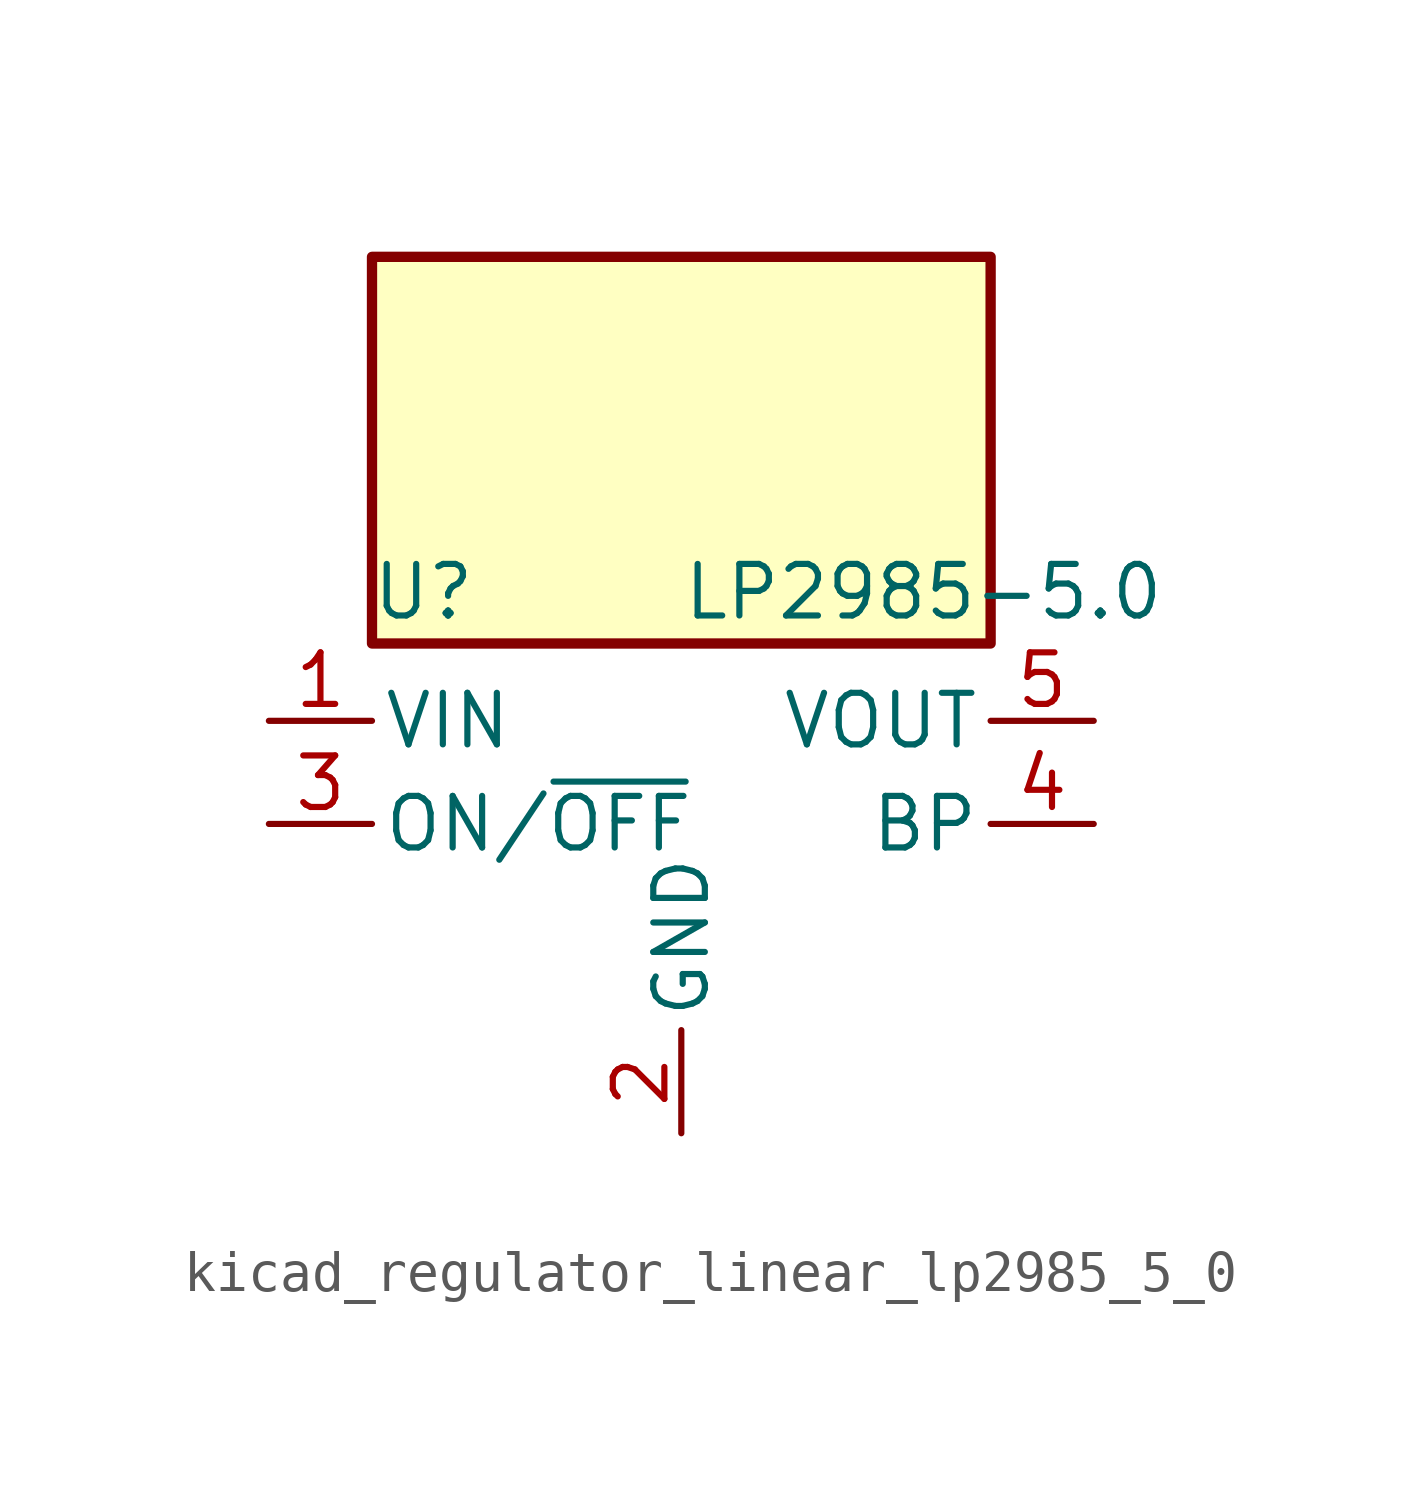
<source format=kicad_sym>
(kicad_symbol_lib
  (version 20220914)
  (generator kicad_symbol_editor)
  (symbol "kicad_regulator_linear_lp2985_5_0"
    (pin_names
      (offset 0.254))
    (property "Reference" "U"
      (at -6.35 5.715 0)
      (effects (font (size 1.27 1.27))))
    (property "Value" "LP2985-5.0"
      (at 0 5.715 0)
      (effects (font (size 1.27 1.27)) (justify left)))
    (symbol "kicad_regulator_linear_lp2985_5_0_0_1"
      (rectangle (start 7.62 13.97) (end -7.62 4.445) (stroke (width 0.254) (type default)) (fill (type background))))
    (symbol "kicad_regulator_linear_lp2985_5_0_1_1"
      (pin power_in line (at -10.16 2.54 0) (length 2.54) (name "VIN" (effects (font (size 1.27 1.27)))) (number "1" (effects (font (size 1.27 1.27)))))
      (pin power_in line (at 0 -7.62 90) (length 2.54) (name "GND" (effects (font (size 1.27 1.27)))) (number "2" (effects (font (size 1.27 1.27)))))
      (pin input line (at -10.16 0 0) (length 2.54) (name "ON/~{OFF}" (effects (font (size 1.27 1.27)))) (number "3" (effects (font (size 1.27 1.27)))))
      (pin input line (at 10.16 0 180) (length 2.54) (name "BP" (effects (font (size 1.27 1.27)))) (number "4" (effects (font (size 1.27 1.27)))))
      (pin power_out line (at 10.16 2.54 180) (length 2.54) (name "VOUT" (effects (font (size 1.27 1.27)))) (number "5" (effects (font (size 1.27 1.27))))))))
</source>
